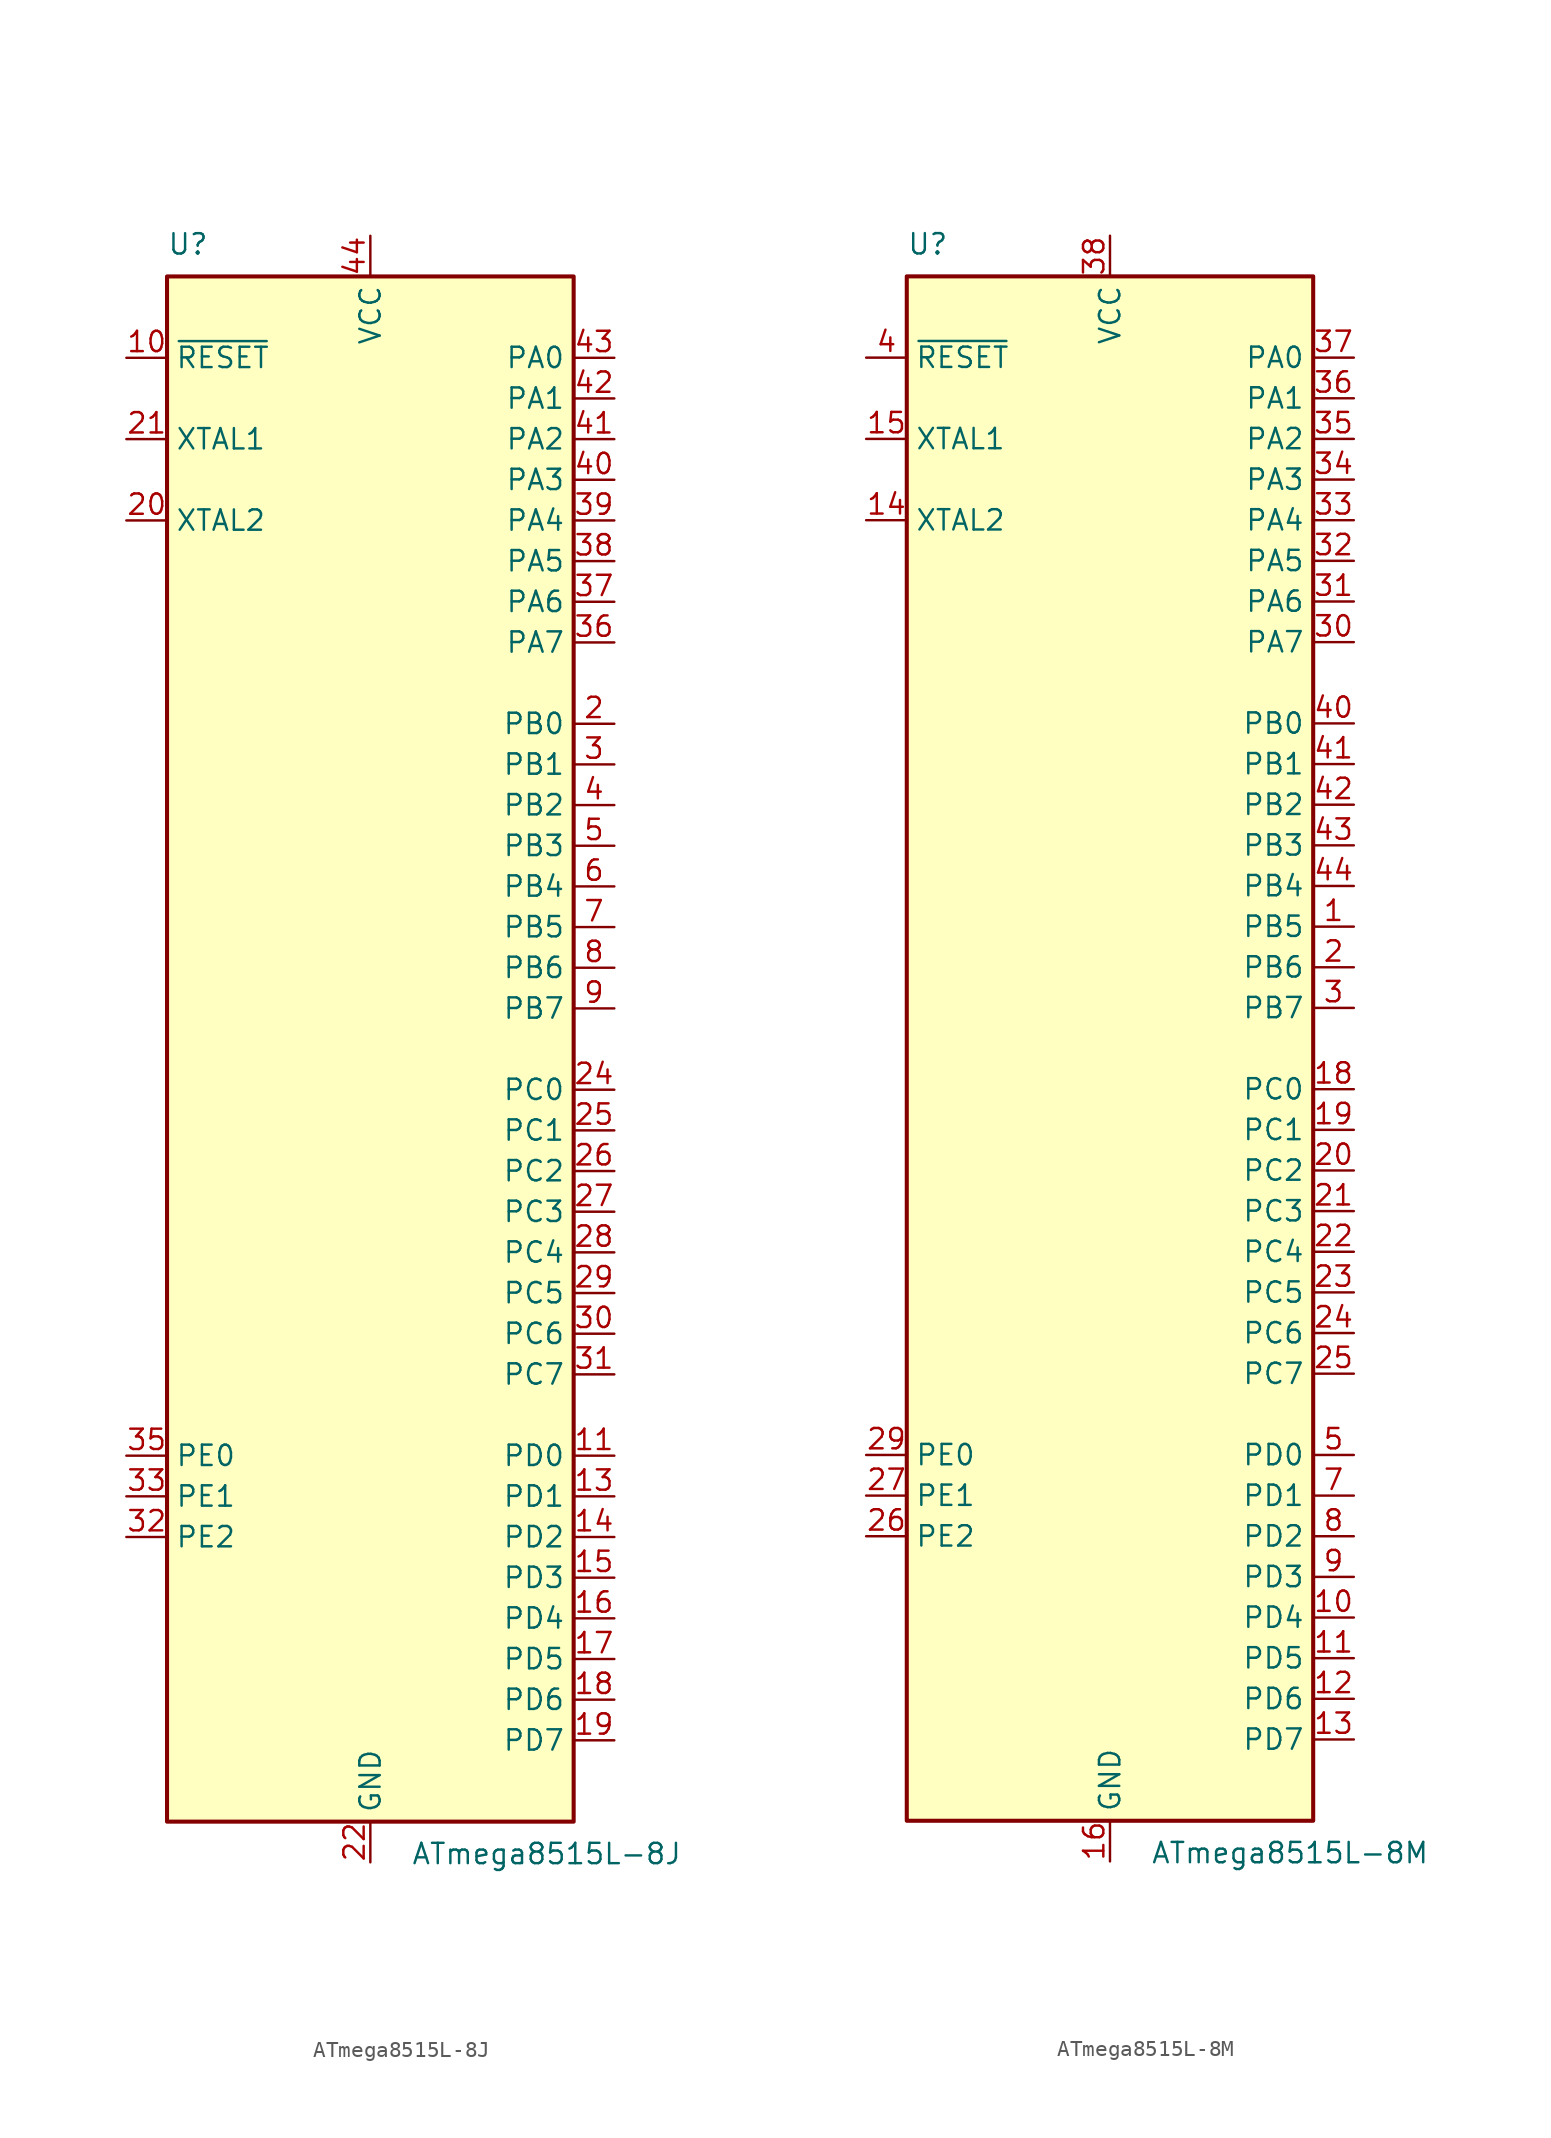
<source format=kicad_sym>
(kicad_symbol_lib
  (version 20241209)
  (generator "kicad_symbol_editor")
  (generator_version "9.0")
  (symbol "ATmega8515L-8J"
    (property "Reference" "U"
      (at -12.7 49.53 0)
      (effects (font (size 1.27 1.27)) (justify left bottom)))
    (property "Value" "ATmega8515L-8J"
      (at 2.54 -49.53 0)
      (effects (font (size 1.27 1.27)) (justify left top)))
    (symbol "ATmega8515L-8J_0_1"
      (rectangle (start -12.7 -48.26) (end 12.7 48.26) (stroke (width 0.254) (type default)) (fill (type background))))
    (symbol "ATmega8515L-8J_1_1"
      (pin input line (at -15.24 43.18 0) (length 2.54) (name "~{RESET}" (effects (font (size 1.27 1.27)))) (number "10" (effects (font (size 1.27 1.27)))))
      (pin input line (at -15.24 38.1 0) (length 2.54) (name "XTAL1" (effects (font (size 1.27 1.27)))) (number "21" (effects (font (size 1.27 1.27)))))
      (pin output line (at -15.24 33.02 0) (length 2.54) (name "XTAL2" (effects (font (size 1.27 1.27)))) (number "20" (effects (font (size 1.27 1.27)))))
      (pin bidirectional line (at -15.24 -25.4 0) (length 2.54) (name "PE0" (effects (font (size 1.27 1.27)))) (number "35" (effects (font (size 1.27 1.27)))))
      (pin bidirectional line (at -15.24 -27.94 0) (length 2.54) (name "PE1" (effects (font (size 1.27 1.27)))) (number "33" (effects (font (size 1.27 1.27)))))
      (pin bidirectional line (at -15.24 -30.48 0) (length 2.54) (name "PE2" (effects (font (size 1.27 1.27)))) (number "32" (effects (font (size 1.27 1.27)))))
      (pin no_connect line (at -12.7 -38.1 0) (length 2.54) (hide yes) (name "NC" (effects (font (size 1.27 1.27)))) (number "1" (effects (font (size 1.27 1.27)))))
      (pin no_connect line (at -12.7 -40.64 0) (length 2.54) (hide yes) (name "NC" (effects (font (size 1.27 1.27)))) (number "12" (effects (font (size 1.27 1.27)))))
      (pin no_connect line (at -12.7 -43.18 0) (length 2.54) (hide yes) (name "NC" (effects (font (size 1.27 1.27)))) (number "23" (effects (font (size 1.27 1.27)))))
      (pin no_connect line (at -12.7 -45.72 0) (length 2.54) (hide yes) (name "NC" (effects (font (size 1.27 1.27)))) (number "34" (effects (font (size 1.27 1.27)))))
      (pin power_in line (at 0 50.8 270) (length 2.54) (name "VCC" (effects (font (size 1.27 1.27)))) (number "44" (effects (font (size 1.27 1.27)))))
      (pin power_in line (at 0 -50.8 90) (length 2.54) (name "GND" (effects (font (size 1.27 1.27)))) (number "22" (effects (font (size 1.27 1.27)))))
      (pin bidirectional line (at 15.24 43.18 180) (length 2.54) (name "PA0" (effects (font (size 1.27 1.27)))) (number "43" (effects (font (size 1.27 1.27)))))
      (pin bidirectional line (at 15.24 40.64 180) (length 2.54) (name "PA1" (effects (font (size 1.27 1.27)))) (number "42" (effects (font (size 1.27 1.27)))))
      (pin bidirectional line (at 15.24 38.1 180) (length 2.54) (name "PA2" (effects (font (size 1.27 1.27)))) (number "41" (effects (font (size 1.27 1.27)))))
      (pin bidirectional line (at 15.24 35.56 180) (length 2.54) (name "PA3" (effects (font (size 1.27 1.27)))) (number "40" (effects (font (size 1.27 1.27)))))
      (pin bidirectional line (at 15.24 33.02 180) (length 2.54) (name "PA4" (effects (font (size 1.27 1.27)))) (number "39" (effects (font (size 1.27 1.27)))))
      (pin bidirectional line (at 15.24 30.48 180) (length 2.54) (name "PA5" (effects (font (size 1.27 1.27)))) (number "38" (effects (font (size 1.27 1.27)))))
      (pin bidirectional line (at 15.24 27.94 180) (length 2.54) (name "PA6" (effects (font (size 1.27 1.27)))) (number "37" (effects (font (size 1.27 1.27)))))
      (pin bidirectional line (at 15.24 25.4 180) (length 2.54) (name "PA7" (effects (font (size 1.27 1.27)))) (number "36" (effects (font (size 1.27 1.27)))))
      (pin bidirectional line (at 15.24 20.32 180) (length 2.54) (name "PB0" (effects (font (size 1.27 1.27)))) (number "2" (effects (font (size 1.27 1.27)))))
      (pin bidirectional line (at 15.24 17.78 180) (length 2.54) (name "PB1" (effects (font (size 1.27 1.27)))) (number "3" (effects (font (size 1.27 1.27)))))
      (pin bidirectional line (at 15.24 15.24 180) (length 2.54) (name "PB2" (effects (font (size 1.27 1.27)))) (number "4" (effects (font (size 1.27 1.27)))))
      (pin bidirectional line (at 15.24 12.7 180) (length 2.54) (name "PB3" (effects (font (size 1.27 1.27)))) (number "5" (effects (font (size 1.27 1.27)))))
      (pin bidirectional line (at 15.24 10.16 180) (length 2.54) (name "PB4" (effects (font (size 1.27 1.27)))) (number "6" (effects (font (size 1.27 1.27)))))
      (pin bidirectional line (at 15.24 7.62 180) (length 2.54) (name "PB5" (effects (font (size 1.27 1.27)))) (number "7" (effects (font (size 1.27 1.27)))))
      (pin bidirectional line (at 15.24 5.08 180) (length 2.54) (name "PB6" (effects (font (size 1.27 1.27)))) (number "8" (effects (font (size 1.27 1.27)))))
      (pin bidirectional line (at 15.24 2.54 180) (length 2.54) (name "PB7" (effects (font (size 1.27 1.27)))) (number "9" (effects (font (size 1.27 1.27)))))
      (pin bidirectional line (at 15.24 -2.54 180) (length 2.54) (name "PC0" (effects (font (size 1.27 1.27)))) (number "24" (effects (font (size 1.27 1.27)))))
      (pin bidirectional line (at 15.24 -5.08 180) (length 2.54) (name "PC1" (effects (font (size 1.27 1.27)))) (number "25" (effects (font (size 1.27 1.27)))))
      (pin bidirectional line (at 15.24 -7.62 180) (length 2.54) (name "PC2" (effects (font (size 1.27 1.27)))) (number "26" (effects (font (size 1.27 1.27)))))
      (pin bidirectional line (at 15.24 -10.16 180) (length 2.54) (name "PC3" (effects (font (size 1.27 1.27)))) (number "27" (effects (font (size 1.27 1.27)))))
      (pin bidirectional line (at 15.24 -12.7 180) (length 2.54) (name "PC4" (effects (font (size 1.27 1.27)))) (number "28" (effects (font (size 1.27 1.27)))))
      (pin bidirectional line (at 15.24 -15.24 180) (length 2.54) (name "PC5" (effects (font (size 1.27 1.27)))) (number "29" (effects (font (size 1.27 1.27)))))
      (pin bidirectional line (at 15.24 -17.78 180) (length 2.54) (name "PC6" (effects (font (size 1.27 1.27)))) (number "30" (effects (font (size 1.27 1.27)))))
      (pin bidirectional line (at 15.24 -20.32 180) (length 2.54) (name "PC7" (effects (font (size 1.27 1.27)))) (number "31" (effects (font (size 1.27 1.27)))))
      (pin bidirectional line (at 15.24 -25.4 180) (length 2.54) (name "PD0" (effects (font (size 1.27 1.27)))) (number "11" (effects (font (size 1.27 1.27)))))
      (pin bidirectional line (at 15.24 -27.94 180) (length 2.54) (name "PD1" (effects (font (size 1.27 1.27)))) (number "13" (effects (font (size 1.27 1.27)))))
      (pin bidirectional line (at 15.24 -30.48 180) (length 2.54) (name "PD2" (effects (font (size 1.27 1.27)))) (number "14" (effects (font (size 1.27 1.27)))))
      (pin bidirectional line (at 15.24 -33.02 180) (length 2.54) (name "PD3" (effects (font (size 1.27 1.27)))) (number "15" (effects (font (size 1.27 1.27)))))
      (pin bidirectional line (at 15.24 -35.56 180) (length 2.54) (name "PD4" (effects (font (size 1.27 1.27)))) (number "16" (effects (font (size 1.27 1.27)))))
      (pin bidirectional line (at 15.24 -38.1 180) (length 2.54) (name "PD5" (effects (font (size 1.27 1.27)))) (number "17" (effects (font (size 1.27 1.27)))))
      (pin bidirectional line (at 15.24 -40.64 180) (length 2.54) (name "PD6" (effects (font (size 1.27 1.27)))) (number "18" (effects (font (size 1.27 1.27)))))
      (pin bidirectional line (at 15.24 -43.18 180) (length 2.54) (name "PD7" (effects (font (size 1.27 1.27)))) (number "19" (effects (font (size 1.27 1.27)))))))
  (symbol "ATmega8515L-8M"
    (property "Reference" "U"
      (at -12.7 49.53 0)
      (effects (font (size 1.27 1.27)) (justify left bottom)))
    (property "Value" "ATmega8515L-8M"
      (at 2.54 -49.53 0)
      (effects (font (size 1.27 1.27)) (justify left top)))
    (symbol "ATmega8515L-8M_0_1"
      (rectangle (start -12.7 -48.26) (end 12.7 48.26) (stroke (width 0.254) (type default)) (fill (type background))))
    (symbol "ATmega8515L-8M_1_1"
      (pin input line (at -15.24 43.18 0) (length 2.54) (name "~{RESET}" (effects (font (size 1.27 1.27)))) (number "4" (effects (font (size 1.27 1.27)))))
      (pin input line (at -15.24 38.1 0) (length 2.54) (name "XTAL1" (effects (font (size 1.27 1.27)))) (number "15" (effects (font (size 1.27 1.27)))))
      (pin output line (at -15.24 33.02 0) (length 2.54) (name "XTAL2" (effects (font (size 1.27 1.27)))) (number "14" (effects (font (size 1.27 1.27)))))
      (pin bidirectional line (at -15.24 -25.4 0) (length 2.54) (name "PE0" (effects (font (size 1.27 1.27)))) (number "29" (effects (font (size 1.27 1.27)))))
      (pin bidirectional line (at -15.24 -27.94 0) (length 2.54) (name "PE1" (effects (font (size 1.27 1.27)))) (number "27" (effects (font (size 1.27 1.27)))))
      (pin bidirectional line (at -15.24 -30.48 0) (length 2.54) (name "PE2" (effects (font (size 1.27 1.27)))) (number "26" (effects (font (size 1.27 1.27)))))
      (pin no_connect line (at -12.7 -38.1 0) (length 2.54) (hide yes) (name "NC" (effects (font (size 1.27 1.27)))) (number "6" (effects (font (size 1.27 1.27)))))
      (pin no_connect line (at -12.7 -40.64 0) (length 2.54) (hide yes) (name "NC" (effects (font (size 1.27 1.27)))) (number "17" (effects (font (size 1.27 1.27)))))
      (pin no_connect line (at -12.7 -43.18 0) (length 2.54) (hide yes) (name "NC" (effects (font (size 1.27 1.27)))) (number "28" (effects (font (size 1.27 1.27)))))
      (pin no_connect line (at -12.7 -45.72 0) (length 2.54) (hide yes) (name "NC" (effects (font (size 1.27 1.27)))) (number "39" (effects (font (size 1.27 1.27)))))
      (pin power_in line (at 0 50.8 270) (length 2.54) (name "VCC" (effects (font (size 1.27 1.27)))) (number "38" (effects (font (size 1.27 1.27)))))
      (pin power_in line (at 0 -50.8 90) (length 2.54) (name "GND" (effects (font (size 1.27 1.27)))) (number "16" (effects (font (size 1.27 1.27)))))
      (pin passive line (at 0 -50.8 90) (length 2.54) (hide yes) (name "GND" (effects (font (size 1.27 1.27)))) (number "45" (effects (font (size 1.27 1.27)))))
      (pin bidirectional line (at 15.24 43.18 180) (length 2.54) (name "PA0" (effects (font (size 1.27 1.27)))) (number "37" (effects (font (size 1.27 1.27)))))
      (pin bidirectional line (at 15.24 40.64 180) (length 2.54) (name "PA1" (effects (font (size 1.27 1.27)))) (number "36" (effects (font (size 1.27 1.27)))))
      (pin bidirectional line (at 15.24 38.1 180) (length 2.54) (name "PA2" (effects (font (size 1.27 1.27)))) (number "35" (effects (font (size 1.27 1.27)))))
      (pin bidirectional line (at 15.24 35.56 180) (length 2.54) (name "PA3" (effects (font (size 1.27 1.27)))) (number "34" (effects (font (size 1.27 1.27)))))
      (pin bidirectional line (at 15.24 33.02 180) (length 2.54) (name "PA4" (effects (font (size 1.27 1.27)))) (number "33" (effects (font (size 1.27 1.27)))))
      (pin bidirectional line (at 15.24 30.48 180) (length 2.54) (name "PA5" (effects (font (size 1.27 1.27)))) (number "32" (effects (font (size 1.27 1.27)))))
      (pin bidirectional line (at 15.24 27.94 180) (length 2.54) (name "PA6" (effects (font (size 1.27 1.27)))) (number "31" (effects (font (size 1.27 1.27)))))
      (pin bidirectional line (at 15.24 25.4 180) (length 2.54) (name "PA7" (effects (font (size 1.27 1.27)))) (number "30" (effects (font (size 1.27 1.27)))))
      (pin bidirectional line (at 15.24 20.32 180) (length 2.54) (name "PB0" (effects (font (size 1.27 1.27)))) (number "40" (effects (font (size 1.27 1.27)))))
      (pin bidirectional line (at 15.24 17.78 180) (length 2.54) (name "PB1" (effects (font (size 1.27 1.27)))) (number "41" (effects (font (size 1.27 1.27)))))
      (pin bidirectional line (at 15.24 15.24 180) (length 2.54) (name "PB2" (effects (font (size 1.27 1.27)))) (number "42" (effects (font (size 1.27 1.27)))))
      (pin bidirectional line (at 15.24 12.7 180) (length 2.54) (name "PB3" (effects (font (size 1.27 1.27)))) (number "43" (effects (font (size 1.27 1.27)))))
      (pin bidirectional line (at 15.24 10.16 180) (length 2.54) (name "PB4" (effects (font (size 1.27 1.27)))) (number "44" (effects (font (size 1.27 1.27)))))
      (pin bidirectional line (at 15.24 7.62 180) (length 2.54) (name "PB5" (effects (font (size 1.27 1.27)))) (number "1" (effects (font (size 1.27 1.27)))))
      (pin bidirectional line (at 15.24 5.08 180) (length 2.54) (name "PB6" (effects (font (size 1.27 1.27)))) (number "2" (effects (font (size 1.27 1.27)))))
      (pin bidirectional line (at 15.24 2.54 180) (length 2.54) (name "PB7" (effects (font (size 1.27 1.27)))) (number "3" (effects (font (size 1.27 1.27)))))
      (pin bidirectional line (at 15.24 -2.54 180) (length 2.54) (name "PC0" (effects (font (size 1.27 1.27)))) (number "18" (effects (font (size 1.27 1.27)))))
      (pin bidirectional line (at 15.24 -5.08 180) (length 2.54) (name "PC1" (effects (font (size 1.27 1.27)))) (number "19" (effects (font (size 1.27 1.27)))))
      (pin bidirectional line (at 15.24 -7.62 180) (length 2.54) (name "PC2" (effects (font (size 1.27 1.27)))) (number "20" (effects (font (size 1.27 1.27)))))
      (pin bidirectional line (at 15.24 -10.16 180) (length 2.54) (name "PC3" (effects (font (size 1.27 1.27)))) (number "21" (effects (font (size 1.27 1.27)))))
      (pin bidirectional line (at 15.24 -12.7 180) (length 2.54) (name "PC4" (effects (font (size 1.27 1.27)))) (number "22" (effects (font (size 1.27 1.27)))))
      (pin bidirectional line (at 15.24 -15.24 180) (length 2.54) (name "PC5" (effects (font (size 1.27 1.27)))) (number "23" (effects (font (size 1.27 1.27)))))
      (pin bidirectional line (at 15.24 -17.78 180) (length 2.54) (name "PC6" (effects (font (size 1.27 1.27)))) (number "24" (effects (font (size 1.27 1.27)))))
      (pin bidirectional line (at 15.24 -20.32 180) (length 2.54) (name "PC7" (effects (font (size 1.27 1.27)))) (number "25" (effects (font (size 1.27 1.27)))))
      (pin bidirectional line (at 15.24 -25.4 180) (length 2.54) (name "PD0" (effects (font (size 1.27 1.27)))) (number "5" (effects (font (size 1.27 1.27)))))
      (pin bidirectional line (at 15.24 -27.94 180) (length 2.54) (name "PD1" (effects (font (size 1.27 1.27)))) (number "7" (effects (font (size 1.27 1.27)))))
      (pin bidirectional line (at 15.24 -30.48 180) (length 2.54) (name "PD2" (effects (font (size 1.27 1.27)))) (number "8" (effects (font (size 1.27 1.27)))))
      (pin bidirectional line (at 15.24 -33.02 180) (length 2.54) (name "PD3" (effects (font (size 1.27 1.27)))) (number "9" (effects (font (size 1.27 1.27)))))
      (pin bidirectional line (at 15.24 -35.56 180) (length 2.54) (name "PD4" (effects (font (size 1.27 1.27)))) (number "10" (effects (font (size 1.27 1.27)))))
      (pin bidirectional line (at 15.24 -38.1 180) (length 2.54) (name "PD5" (effects (font (size 1.27 1.27)))) (number "11" (effects (font (size 1.27 1.27)))))
      (pin bidirectional line (at 15.24 -40.64 180) (length 2.54) (name "PD6" (effects (font (size 1.27 1.27)))) (number "12" (effects (font (size 1.27 1.27)))))
      (pin bidirectional line (at 15.24 -43.18 180) (length 2.54) (name "PD7" (effects (font (size 1.27 1.27)))) (number "13" (effects (font (size 1.27 1.27))))))))
</source>
